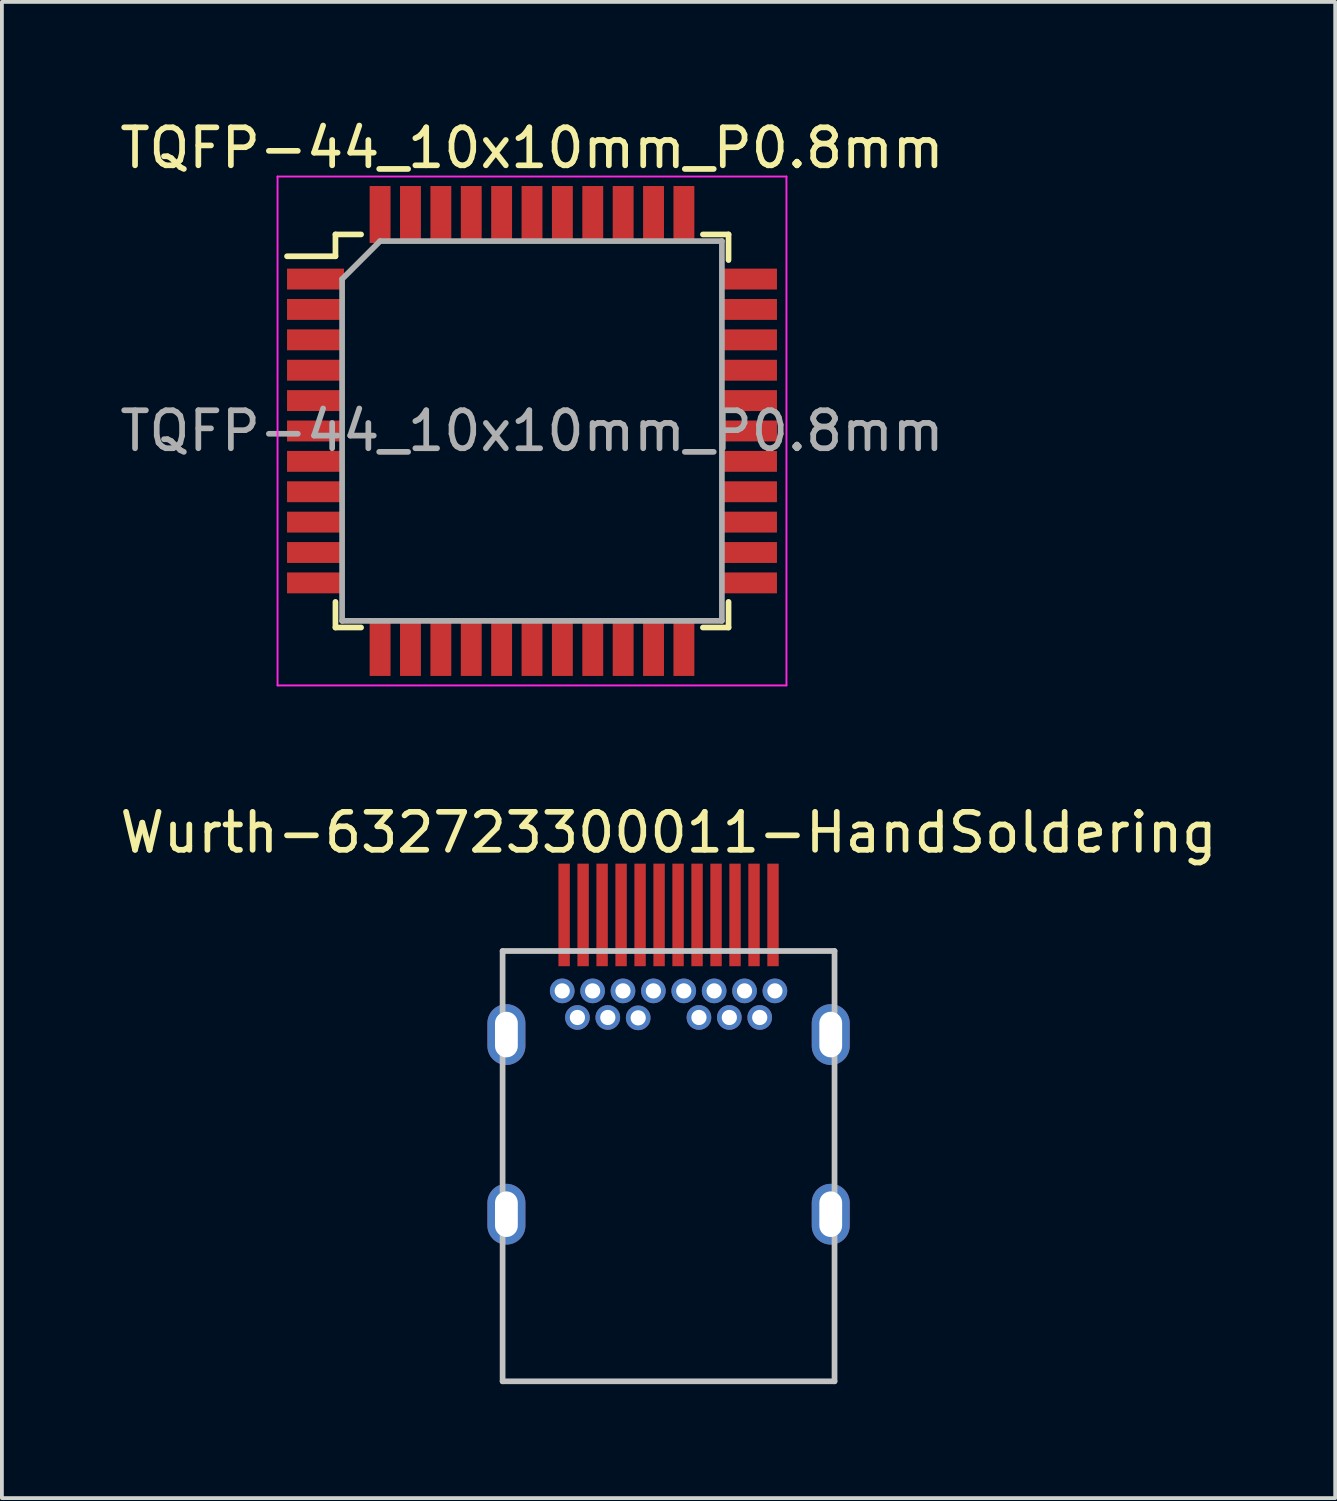
<source format=kicad_pcb>
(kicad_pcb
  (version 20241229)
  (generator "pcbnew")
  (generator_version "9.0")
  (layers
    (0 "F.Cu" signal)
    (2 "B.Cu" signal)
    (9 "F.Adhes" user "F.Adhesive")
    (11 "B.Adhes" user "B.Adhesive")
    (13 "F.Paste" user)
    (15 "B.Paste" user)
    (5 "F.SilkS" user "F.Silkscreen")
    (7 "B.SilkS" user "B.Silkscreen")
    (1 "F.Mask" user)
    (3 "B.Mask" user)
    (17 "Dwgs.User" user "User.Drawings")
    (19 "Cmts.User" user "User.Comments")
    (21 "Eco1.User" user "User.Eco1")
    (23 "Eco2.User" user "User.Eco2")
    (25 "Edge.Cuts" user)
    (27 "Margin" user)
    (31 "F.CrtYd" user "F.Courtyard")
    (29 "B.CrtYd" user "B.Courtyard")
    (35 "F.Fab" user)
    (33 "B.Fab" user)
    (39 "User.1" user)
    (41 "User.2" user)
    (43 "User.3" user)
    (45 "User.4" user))
  (footprint "Wurth-632723300011-HandSoldering"
    (layer "F.Cu")
    (at 14.554 32.371)
    (property "Reference" "Wurth-632723300011-HandSoldering" (at 0 -13.5 180) (layer "F.SilkS") (effects (font (size 1 1) (thickness 0.15))))
    (attr smd)
    (fp_line (start -4.37 -10.38) (end 4.37 -10.38) (stroke (width 0.15) (type solid)) (layer "Dwgs.User"))
    (fp_line (start -4.37 0.95) (end -4.37 -10.38) (stroke (width 0.15) (type solid)) (layer "Dwgs.User"))
    (fp_line (start -4.37 0.95) (end 4.37 0.95) (stroke (width 0.15) (type solid)) (layer "Dwgs.User"))
    (fp_line (start 4.37 0.95) (end 4.37 -10.38) (stroke (width 0.15) (type solid)) (layer "Dwgs.User"))
    (pad "1" smd rect (at -2.75 -11.33) (size 0.3 2.7) (layers "F.Cu" "F.Mask" "F.Paste"))
    (pad "2" smd rect (at -2.25 -11.33) (size 0.3 2.7) (layers "F.Cu" "F.Mask" "F.Paste"))
    (pad "3" smd rect (at -1.75 -11.33) (size 0.3 2.7) (layers "F.Cu" "F.Mask" "F.Paste"))
    (pad "4" smd rect (at -1.25 -11.33) (size 0.3 2.7) (layers "F.Cu" "F.Mask" "F.Paste"))
    (pad "5" smd rect (at -0.75 -11.33) (size 0.3 2.7) (layers "F.Cu" "F.Mask" "F.Paste"))
    (pad "6" smd rect (at -0.25 -11.33) (size 0.3 2.7) (layers "F.Cu" "F.Mask" "F.Paste"))
    (pad "7" smd rect (at 0.25 -11.33) (size 0.3 2.7) (layers "F.Cu" "F.Mask" "F.Paste"))
    (pad "8" smd rect (at 0.75 -11.33) (size 0.3 2.7) (layers "F.Cu" "F.Mask" "F.Paste"))
    (pad "9" smd rect (at 1.25 -11.33) (size 0.3 2.7) (layers "F.Cu" "F.Mask" "F.Paste"))
    (pad "10" smd rect (at 1.75 -11.33) (size 0.3 2.7) (layers "F.Cu" "F.Mask" "F.Paste"))
    (pad "11" smd rect (at 2.25 -11.33) (size 0.3 2.7) (layers "F.Cu" "F.Mask" "F.Paste"))
    (pad "12" smd rect (at 2.75 -11.33) (size 0.3 2.7) (layers "F.Cu" "F.Mask" "F.Paste"))
    (pad "13" thru_hole circle (at 2.8 -9.33) (size 0.65 0.65) (drill 0.4) (layers "*.Cu" "B.Mask"))
    (pad "14" thru_hole circle (at 2.4 -8.63) (size 0.65 0.65) (drill 0.4) (layers "*.Cu" "B.Mask"))
    (pad "15" thru_hole circle (at 1.6 -8.63) (size 0.65 0.65) (drill 0.4) (layers "*.Cu" "B.Mask"))
    (pad "16" thru_hole circle (at 1.2 -9.33) (size 0.65 0.65) (drill 0.4) (layers "*.Cu" "B.Mask"))
    (pad "17" thru_hole circle (at 0.8 -8.63) (size 0.65 0.65) (drill 0.4) (layers "*.Cu" "B.Mask"))
    (pad "18" thru_hole circle (at 0.4 -9.33) (size 0.65 0.65) (drill 0.4) (layers "*.Cu" "B.Mask"))
    (pad "19" thru_hole circle (at -0.4 -9.33) (size 0.65 0.65) (drill 0.4) (layers "*.Cu" "B.Mask"))
    (pad "20" thru_hole circle (at -0.8 -8.62) (size 0.65 0.65) (drill 0.4) (layers "*.Cu" "B.Mask"))
    (pad "21" thru_hole circle (at -1.2 -9.33) (size 0.65 0.65) (drill 0.4) (layers "*.Cu" "B.Mask"))
    (pad "22" thru_hole circle (at -1.6 -8.63) (size 0.65 0.65) (drill 0.4) (layers "*.Cu" "B.Mask"))
    (pad "23" thru_hole circle (at -2.4 -8.63) (size 0.65 0.65) (drill 0.4) (layers "*.Cu" "B.Mask"))
    (pad "24" thru_hole circle (at -2.8 -9.33) (size 0.65 0.65) (drill 0.4) (layers "*.Cu" "B.Mask"))
    (pad "25" thru_hole circle (at -2 -9.33) (size 0.65 0.65) (drill 0.4) (layers "*.Cu" "B.Mask"))
    (pad "25" thru_hole circle (at 2 -9.33) (size 0.65 0.65) (drill 0.4) (layers "*.Cu" "B.Mask"))
    (pad "26" thru_hole oval (at -4.27 -8.18) (size 1 1.6) (drill oval 0.6 1.2) (layers "*.Cu" "B.Mask"))
    (pad "26" thru_hole oval (at -4.27 -3.45) (size 1 1.6) (drill oval 0.6 1.2) (layers "*.Cu" "B.Mask"))
    (pad "26" thru_hole oval (at 4.27 -8.18) (size 1 1.6) (drill oval 0.6 1.2) (layers "*.Cu" "B.Mask"))
    (pad "26" thru_hole oval (at 4.27 -3.45) (size 1 1.6) (drill oval 0.6 1.2) (layers "*.Cu" "B.Mask")))
  (footprint "TQFP-44_10x10mm_P0.8mm"
    (layer "F.Cu")
    (at 10.958 8.298)
    (property "Reference" "TQFP-44_10x10mm_P0.8mm" (at 0 -7.45 180) (layer "F.SilkS") (effects (font (size 1 1) (thickness 0.15))))
    (attr smd)
    (fp_line (start -5.175 -5.175) (end -5.175 -4.6) (stroke (width 0.15) (type solid)) (layer "F.SilkS"))
    (fp_line (start -5.175 -5.175) (end -4.5 -5.175) (stroke (width 0.15) (type solid)) (layer "F.SilkS"))
    (fp_line (start -5.175 -4.6) (end -6.45 -4.6) (stroke (width 0.15) (type solid)) (layer "F.SilkS"))
    (fp_line (start -5.175 5.175) (end -5.175 4.5) (stroke (width 0.15) (type solid)) (layer "F.SilkS"))
    (fp_line (start -5.175 5.175) (end -4.5 5.175) (stroke (width 0.15) (type solid)) (layer "F.SilkS"))
    (fp_line (start 5.175 -5.175) (end 4.5 -5.175) (stroke (width 0.15) (type solid)) (layer "F.SilkS"))
    (fp_line (start 5.175 -5.175) (end 5.175 -4.5) (stroke (width 0.15) (type solid)) (layer "F.SilkS"))
    (fp_line (start 5.175 5.175) (end 4.5 5.175) (stroke (width 0.15) (type solid)) (layer "F.SilkS"))
    (fp_line (start 5.175 5.175) (end 5.175 4.5) (stroke (width 0.15) (type solid)) (layer "F.SilkS"))
    (fp_line (start -6.7 -6.7) (end -6.7 6.7) (stroke (width 0.05) (type solid)) (layer "F.CrtYd"))
    (fp_line (start -6.7 -6.7) (end 6.7 -6.7) (stroke (width 0.05) (type solid)) (layer "F.CrtYd"))
    (fp_line (start -6.7 6.7) (end 6.7 6.7) (stroke (width 0.05) (type solid)) (layer "F.CrtYd"))
    (fp_line (start 6.7 -6.7) (end 6.7 6.7) (stroke (width 0.05) (type solid)) (layer "F.CrtYd"))
    (fp_line (start -5 -4) (end -4 -5) (stroke (width 0.15) (type solid)) (layer "F.Fab"))
    (fp_line (start -5 5) (end -5 -4) (stroke (width 0.15) (type solid)) (layer "F.Fab"))
    (fp_line (start -4 -5) (end 5 -5) (stroke (width 0.15) (type solid)) (layer "F.Fab"))
    (fp_line (start 5 -5) (end 5 5) (stroke (width 0.15) (type solid)) (layer "F.Fab"))
    (fp_line (start 5 5) (end -5 5) (stroke (width 0.15) (type solid)) (layer "F.Fab"))
    (fp_text user "${REFERENCE}" (at 0 0 180) (layer "F.Fab") (effects (font (size 1 1) (thickness 0.15))))
    (pad "1" smd rect (at -5.7 -4) (size 1.5 0.55) (layers "F.Cu" "F.Mask" "F.Paste"))
    (pad "2" smd rect (at -5.7 -3.2) (size 1.5 0.55) (layers "F.Cu" "F.Mask" "F.Paste"))
    (pad "3" smd rect (at -5.7 -2.4) (size 1.5 0.55) (layers "F.Cu" "F.Mask" "F.Paste"))
    (pad "4" smd rect (at -5.7 -1.6) (size 1.5 0.55) (layers "F.Cu" "F.Mask" "F.Paste"))
    (pad "5" smd rect (at -5.7 -0.8) (size 1.5 0.55) (layers "F.Cu" "F.Mask" "F.Paste"))
    (pad "6" smd rect (at -5.7 0) (size 1.5 0.55) (layers "F.Cu" "F.Mask" "F.Paste"))
    (pad "7" smd rect (at -5.7 0.8) (size 1.5 0.55) (layers "F.Cu" "F.Mask" "F.Paste"))
    (pad "8" smd rect (at -5.7 1.6) (size 1.5 0.55) (layers "F.Cu" "F.Mask" "F.Paste"))
    (pad "9" smd rect (at -5.7 2.4) (size 1.5 0.55) (layers "F.Cu" "F.Mask" "F.Paste"))
    (pad "10" smd rect (at -5.7 3.2) (size 1.5 0.55) (layers "F.Cu" "F.Mask" "F.Paste"))
    (pad "11" smd rect (at -5.7 4) (size 1.5 0.55) (layers "F.Cu" "F.Mask" "F.Paste"))
    (pad "12" smd rect (at -4 5.7 90) (size 1.5 0.55) (layers "F.Cu" "F.Mask" "F.Paste"))
    (pad "13" smd rect (at -3.2 5.7 90) (size 1.5 0.55) (layers "F.Cu" "F.Mask" "F.Paste"))
    (pad "14" smd rect (at -2.4 5.7 90) (size 1.5 0.55) (layers "F.Cu" "F.Mask" "F.Paste"))
    (pad "15" smd rect (at -1.6 5.7 90) (size 1.5 0.55) (layers "F.Cu" "F.Mask" "F.Paste"))
    (pad "16" smd rect (at -0.8 5.7 90) (size 1.5 0.55) (layers "F.Cu" "F.Mask" "F.Paste"))
    (pad "17" smd rect (at 0 5.7 90) (size 1.5 0.55) (layers "F.Cu" "F.Mask" "F.Paste"))
    (pad "18" smd rect (at 0.8 5.7 90) (size 1.5 0.55) (layers "F.Cu" "F.Mask" "F.Paste"))
    (pad "19" smd rect (at 1.6 5.7 90) (size 1.5 0.55) (layers "F.Cu" "F.Mask" "F.Paste"))
    (pad "20" smd rect (at 2.4 5.7 90) (size 1.5 0.55) (layers "F.Cu" "F.Mask" "F.Paste"))
    (pad "21" smd rect (at 3.2 5.7 90) (size 1.5 0.55) (layers "F.Cu" "F.Mask" "F.Paste"))
    (pad "22" smd rect (at 4 5.7 90) (size 1.5 0.55) (layers "F.Cu" "F.Mask" "F.Paste"))
    (pad "23" smd rect (at 5.7 4) (size 1.5 0.55) (layers "F.Cu" "F.Mask" "F.Paste"))
    (pad "24" smd rect (at 5.7 3.2) (size 1.5 0.55) (layers "F.Cu" "F.Mask" "F.Paste"))
    (pad "25" smd rect (at 5.7 2.4) (size 1.5 0.55) (layers "F.Cu" "F.Mask" "F.Paste"))
    (pad "26" smd rect (at 5.7 1.6) (size 1.5 0.55) (layers "F.Cu" "F.Mask" "F.Paste"))
    (pad "27" smd rect (at 5.7 0.8) (size 1.5 0.55) (layers "F.Cu" "F.Mask" "F.Paste"))
    (pad "28" smd rect (at 5.7 0) (size 1.5 0.55) (layers "F.Cu" "F.Mask" "F.Paste"))
    (pad "29" smd rect (at 5.7 -0.8) (size 1.5 0.55) (layers "F.Cu" "F.Mask" "F.Paste"))
    (pad "30" smd rect (at 5.7 -1.6) (size 1.5 0.55) (layers "F.Cu" "F.Mask" "F.Paste"))
    (pad "31" smd rect (at 5.7 -2.4) (size 1.5 0.55) (layers "F.Cu" "F.Mask" "F.Paste"))
    (pad "32" smd rect (at 5.7 -3.2) (size 1.5 0.55) (layers "F.Cu" "F.Mask" "F.Paste"))
    (pad "33" smd rect (at 5.7 -4) (size 1.5 0.55) (layers "F.Cu" "F.Mask" "F.Paste"))
    (pad "34" smd rect (at 4 -5.7 90) (size 1.5 0.55) (layers "F.Cu" "F.Mask" "F.Paste"))
    (pad "35" smd rect (at 3.2 -5.7 90) (size 1.5 0.55) (layers "F.Cu" "F.Mask" "F.Paste"))
    (pad "36" smd rect (at 2.4 -5.7 90) (size 1.5 0.55) (layers "F.Cu" "F.Mask" "F.Paste"))
    (pad "37" smd rect (at 1.6 -5.7 90) (size 1.5 0.55) (layers "F.Cu" "F.Mask" "F.Paste"))
    (pad "38" smd rect (at 0.8 -5.7 90) (size 1.5 0.55) (layers "F.Cu" "F.Mask" "F.Paste"))
    (pad "39" smd rect (at 0 -5.7 90) (size 1.5 0.55) (layers "F.Cu" "F.Mask" "F.Paste"))
    (pad "40" smd rect (at -0.8 -5.7 90) (size 1.5 0.55) (layers "F.Cu" "F.Mask" "F.Paste"))
    (pad "41" smd rect (at -1.6 -5.7 90) (size 1.5 0.55) (layers "F.Cu" "F.Mask" "F.Paste"))
    (pad "42" smd rect (at -2.4 -5.7 90) (size 1.5 0.55) (layers "F.Cu" "F.Mask" "F.Paste"))
    (pad "43" smd rect (at -3.2 -5.7 90) (size 1.5 0.55) (layers "F.Cu" "F.Mask" "F.Paste"))
    (pad "44" smd rect (at -4 -5.7 90) (size 1.5 0.55) (layers "F.Cu" "F.Mask" "F.Paste")))
  (gr_rect
    (start -3 -3)
    (end 32.107 36.397)
    (stroke (width 0.1) (type default))
    (fill no)
    (layer "Edge.Cuts")))
</source>
